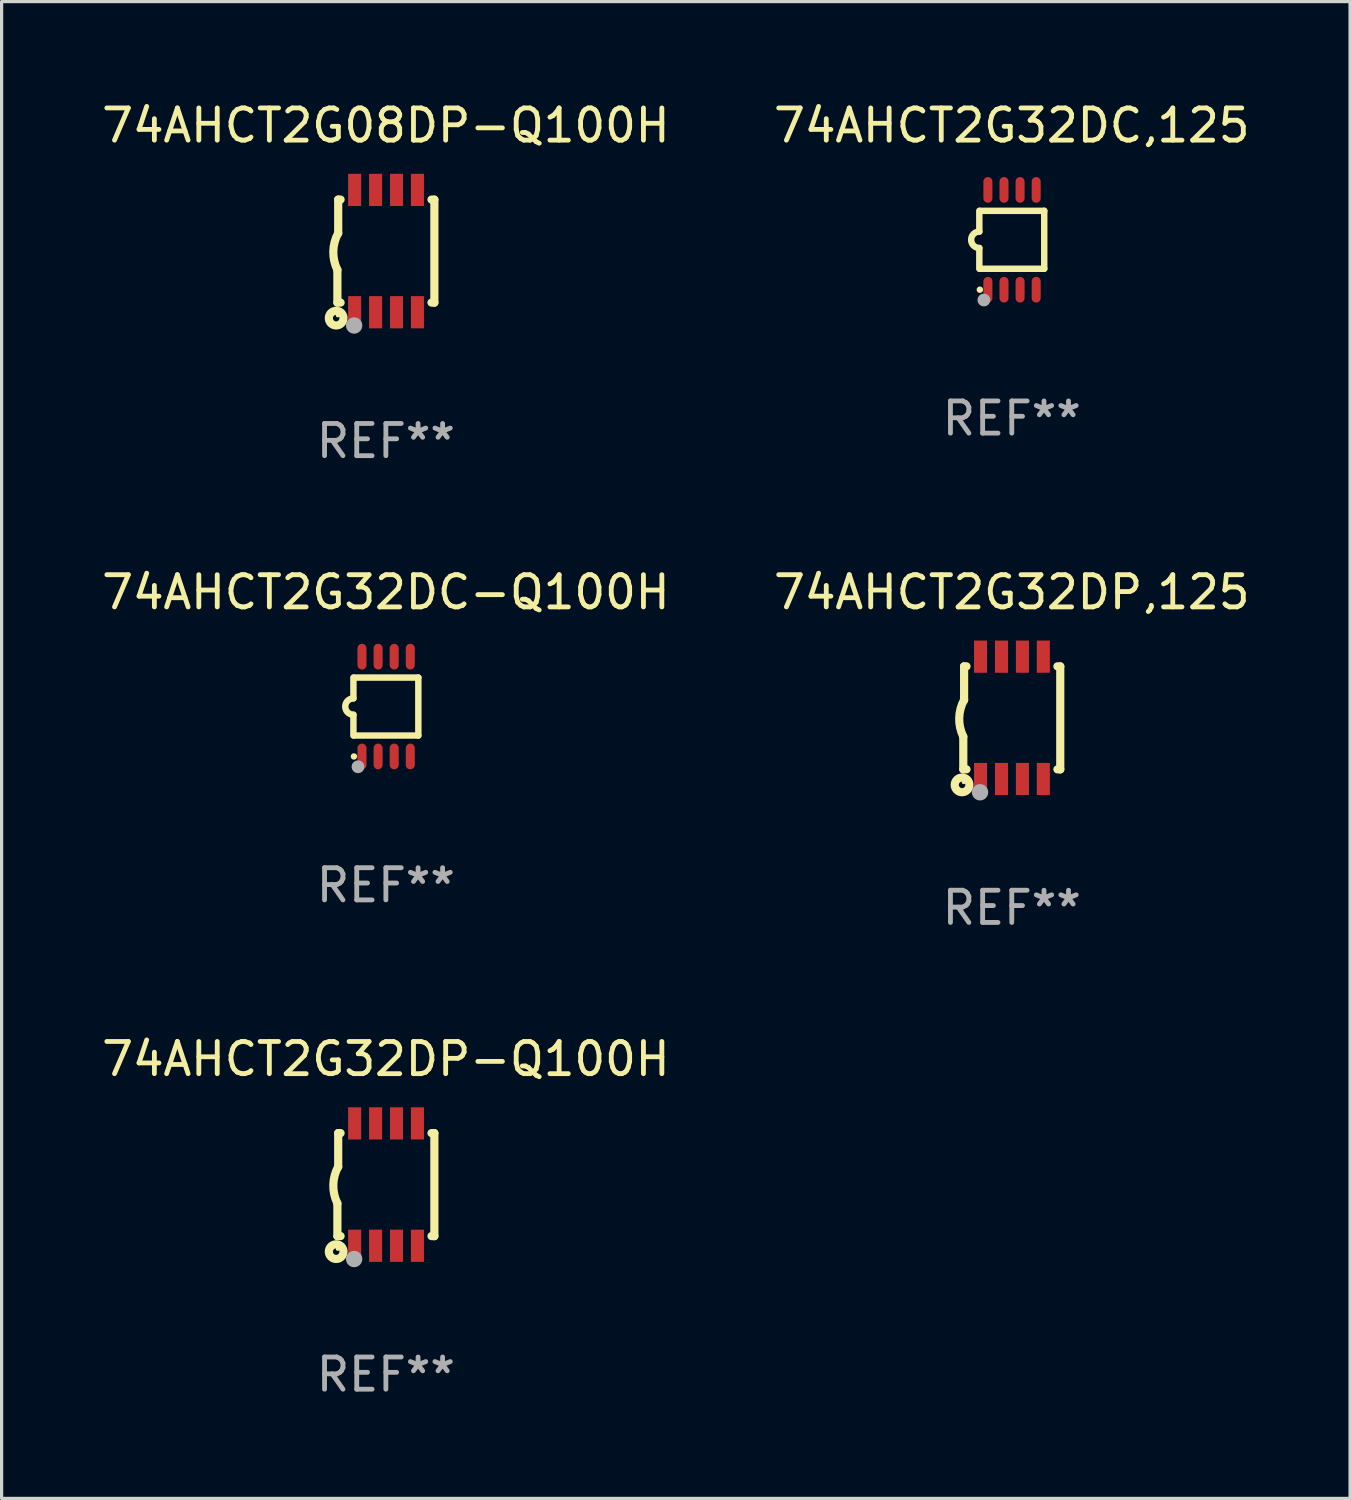
<source format=kicad_pcb>
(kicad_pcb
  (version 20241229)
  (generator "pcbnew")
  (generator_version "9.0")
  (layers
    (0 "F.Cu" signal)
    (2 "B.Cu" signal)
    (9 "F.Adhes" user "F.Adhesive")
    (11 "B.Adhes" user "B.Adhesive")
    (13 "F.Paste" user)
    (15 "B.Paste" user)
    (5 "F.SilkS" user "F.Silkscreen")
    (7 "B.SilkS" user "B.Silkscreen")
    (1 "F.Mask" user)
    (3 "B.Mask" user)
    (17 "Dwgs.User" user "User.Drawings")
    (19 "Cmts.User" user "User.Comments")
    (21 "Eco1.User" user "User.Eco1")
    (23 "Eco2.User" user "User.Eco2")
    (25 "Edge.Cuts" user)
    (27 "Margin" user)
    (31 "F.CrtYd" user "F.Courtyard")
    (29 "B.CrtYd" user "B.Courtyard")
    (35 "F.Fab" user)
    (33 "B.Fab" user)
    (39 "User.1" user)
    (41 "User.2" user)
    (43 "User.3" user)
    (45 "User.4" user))
  (footprint "74AHCT2G08DP-Q100H"
    (layer "F.Cu")
    (at 8.935 4.748)
    (property "Reference" "74AHCT2G08DP-Q100H" (at 0 -3.9 0) (layer "F.SilkS") (effects (font (size 1 1) (thickness 0.15))))
    (attr through_hole)
    (fp_line (start -1.506 1.6) (end -1.506 0.584) (stroke (width 0.254) (type solid)) (layer "F.SilkS"))
    (fp_line (start -1.506 1.6) (end -1.407 1.6) (stroke (width 0.254) (type solid)) (layer "F.SilkS"))
    (fp_line (start -1.481 -1.599) (end -1.481 -0.549) (stroke (width 0.254) (type solid)) (layer "F.SilkS"))
    (fp_line (start -1.481 -1.599) (end -1.407 -1.599) (stroke (width 0.254) (type solid)) (layer "F.SilkS"))
    (fp_line (start 1.417 -1.599) (end 1.506 -1.599) (stroke (width 0.254) (type solid)) (layer "F.SilkS"))
    (fp_line (start 1.417 1.6) (end 1.506 1.6) (stroke (width 0.254) (type solid)) (layer "F.SilkS"))
    (fp_line (start 1.506 1.603) (end 1.506 -1.595) (stroke (width 0.254) (type solid)) (layer "F.SilkS"))
    (fp_arc (start -1.506223 0.584328) (mid -1.632455 0.00974) (end -1.480823 -0.558674) (stroke (width 0.254001) (type solid)) (layer "F.SilkS"))
    (fp_circle (center -1.544 2.083) (end -1.443 2.083) (stroke (width 0.254) (type solid)) (fill no) (layer "F.SilkS"))
    (fp_circle (center -1.495 2) (end -1.465 2) (stroke (width 0.06) (type solid)) (fill no) (layer "F.SilkS"))
    (fp_circle (center -0.986 2.312) (end -0.859 2.312) (stroke (width 0.254) (type solid)) (fill no) (layer "F.Fab"))
    (fp_text user "REF**" (at 0 5.9 0) (layer "F.Fab") (effects (font (size 1 1) (thickness 0.15))))
    (pad "1" smd rect (at -0.97 1.9 90) (size 1 0.406) (layers "F.Cu" "F.Mask" "F.Paste"))
    (pad "2" smd rect (at -0.32 1.9 90) (size 1 0.406) (layers "F.Cu" "F.Mask" "F.Paste"))
    (pad "3" smd rect (at 0.33 1.9 90) (size 1 0.406) (layers "F.Cu" "F.Mask" "F.Paste"))
    (pad "4" smd rect (at 0.98 1.9 90) (size 1 0.406) (layers "F.Cu" "F.Mask" "F.Paste"))
    (pad "5" smd rect (at 0.98 -1.9 90) (size 1 0.406) (layers "F.Cu" "F.Mask" "F.Paste"))
    (pad "6" smd rect (at 0.33 -1.9 90) (size 1 0.406) (layers "F.Cu" "F.Mask" "F.Paste"))
    (pad "7" smd rect (at -0.32 -1.9 90) (size 1 0.406) (layers "F.Cu" "F.Mask" "F.Paste"))
    (pad "8" smd rect (at -0.97 -1.9 90) (size 1 0.406) (layers "F.Cu" "F.Mask" "F.Paste")))
  (footprint "74AHCT2G32DC-Q100H"
    (layer "F.Cu")
    (at 8.935 18.895)
    (property "Reference" "74AHCT2G32DC-Q100H" (at 0 -3.55 0) (layer "F.SilkS") (effects (font (size 1 1) (thickness 0.15))))
    (attr through_hole)
    (fp_line (start -1.008 -0.254) (end -1.008 -0.9) (stroke (width 0.2) (type solid)) (layer "F.SilkS"))
    (fp_line (start -1.008 0.254) (end -1.008 0.9) (stroke (width 0.2) (type solid)) (layer "F.SilkS"))
    (fp_line (start -0.992 0.9) (end 1.008 0.9) (stroke (width 0.2) (type solid)) (layer "F.SilkS"))
    (fp_line (start 1.008 -0.9) (end -0.992 -0.9) (stroke (width 0.2) (type solid)) (layer "F.SilkS"))
    (fp_line (start 1.008 0.9) (end 1.008 -0.9) (stroke (width 0.2) (type solid)) (layer "F.SilkS"))
    (fp_arc (start -1.008001 0.254001) (mid -1.262002 0) (end -1.008001 -0.254001) (stroke (width 0.2) (type solid)) (layer "F.SilkS"))
    (fp_circle (center -0.992 1.55) (end -0.942 1.55) (stroke (width 0.1) (type solid)) (fill no) (layer "F.SilkS"))
    (fp_circle (center -0.866 1.87) (end -0.766 1.87) (stroke (width 0.2) (type solid)) (fill no) (layer "F.Fab"))
    (fp_text user "REF**" (at 0 5.55 0) (layer "F.Fab") (effects (font (size 1 1) (thickness 0.15))))
    (pad "1" smd oval (at -0.742 1.55 270) (size 0.8 0.28) (layers "F.Cu" "F.Mask" "F.Paste"))
    (pad "2" smd oval (at -0.242 1.55 270) (size 0.8 0.28) (layers "F.Cu" "F.Mask" "F.Paste"))
    (pad "3" smd oval (at 0.258 1.55 270) (size 0.8 0.28) (layers "F.Cu" "F.Mask" "F.Paste"))
    (pad "4" smd oval (at 0.758 1.55 270) (size 0.8 0.28) (layers "F.Cu" "F.Mask" "F.Paste"))
    (pad "5" smd oval (at 0.758 -1.55 270) (size 0.8 0.28) (layers "F.Cu" "F.Mask" "F.Paste"))
    (pad "6" smd oval (at 0.258 -1.55 270) (size 0.8 0.28) (layers "F.Cu" "F.Mask" "F.Paste"))
    (pad "7" smd oval (at -0.242 -1.55 270) (size 0.8 0.28) (layers "F.Cu" "F.Mask" "F.Paste"))
    (pad "8" smd oval (at -0.742 -1.55 270) (size 0.8 0.28) (layers "F.Cu" "F.Mask" "F.Paste")))
  (footprint "74AHCT2G32DP,125"
    (layer "F.Cu")
    (at 28.375 19.245)
    (property "Reference" "74AHCT2G32DP,125" (at 0 -3.9 0) (layer "F.SilkS") (effects (font (size 1 1) (thickness 0.15))))
    (attr through_hole)
    (fp_line (start -1.506 1.6) (end -1.506 0.584) (stroke (width 0.254) (type solid)) (layer "F.SilkS"))
    (fp_line (start -1.506 1.6) (end -1.407 1.6) (stroke (width 0.254) (type solid)) (layer "F.SilkS"))
    (fp_line (start -1.481 -1.599) (end -1.481 -0.549) (stroke (width 0.254) (type solid)) (layer "F.SilkS"))
    (fp_line (start -1.481 -1.599) (end -1.407 -1.599) (stroke (width 0.254) (type solid)) (layer "F.SilkS"))
    (fp_line (start 1.417 -1.599) (end 1.506 -1.599) (stroke (width 0.254) (type solid)) (layer "F.SilkS"))
    (fp_line (start 1.417 1.6) (end 1.506 1.6) (stroke (width 0.254) (type solid)) (layer "F.SilkS"))
    (fp_line (start 1.506 1.603) (end 1.506 -1.595) (stroke (width 0.254) (type solid)) (layer "F.SilkS"))
    (fp_arc (start -1.506223 0.584328) (mid -1.632455 0.00974) (end -1.480823 -0.558674) (stroke (width 0.254001) (type solid)) (layer "F.SilkS"))
    (fp_circle (center -1.544 2.083) (end -1.443 2.083) (stroke (width 0.254) (type solid)) (fill no) (layer "F.SilkS"))
    (fp_circle (center -1.495 2) (end -1.465 2) (stroke (width 0.06) (type solid)) (fill no) (layer "F.SilkS"))
    (fp_circle (center -0.986 2.312) (end -0.859 2.312) (stroke (width 0.254) (type solid)) (fill no) (layer "F.Fab"))
    (fp_text user "REF**" (at 0 5.9 0) (layer "F.Fab") (effects (font (size 1 1) (thickness 0.15))))
    (pad "1" smd rect (at -0.97 1.9 90) (size 1 0.406) (layers "F.Cu" "F.Mask" "F.Paste"))
    (pad "2" smd rect (at -0.32 1.9 90) (size 1 0.406) (layers "F.Cu" "F.Mask" "F.Paste"))
    (pad "3" smd rect (at 0.33 1.9 90) (size 1 0.406) (layers "F.Cu" "F.Mask" "F.Paste"))
    (pad "4" smd rect (at 0.98 1.9 90) (size 1 0.406) (layers "F.Cu" "F.Mask" "F.Paste"))
    (pad "5" smd rect (at 0.98 -1.9 90) (size 1 0.406) (layers "F.Cu" "F.Mask" "F.Paste"))
    (pad "6" smd rect (at 0.33 -1.9 90) (size 1 0.406) (layers "F.Cu" "F.Mask" "F.Paste"))
    (pad "7" smd rect (at -0.32 -1.9 90) (size 1 0.406) (layers "F.Cu" "F.Mask" "F.Paste"))
    (pad "8" smd rect (at -0.97 -1.9 90) (size 1 0.406) (layers "F.Cu" "F.Mask" "F.Paste")))
  (footprint "74AHCT2G32DC,125"
    (layer "F.Cu")
    (at 28.375 4.398)
    (property "Reference" "74AHCT2G32DC,125" (at 0 -3.55 0) (layer "F.SilkS") (effects (font (size 1 1) (thickness 0.15))))
    (attr through_hole)
    (fp_line (start -1.008 -0.254) (end -1.008 -0.9) (stroke (width 0.2) (type solid)) (layer "F.SilkS"))
    (fp_line (start -1.008 0.254) (end -1.008 0.9) (stroke (width 0.2) (type solid)) (layer "F.SilkS"))
    (fp_line (start -0.992 0.9) (end 1.008 0.9) (stroke (width 0.2) (type solid)) (layer "F.SilkS"))
    (fp_line (start 1.008 -0.9) (end -0.992 -0.9) (stroke (width 0.2) (type solid)) (layer "F.SilkS"))
    (fp_line (start 1.008 0.9) (end 1.008 -0.9) (stroke (width 0.2) (type solid)) (layer "F.SilkS"))
    (fp_arc (start -1.008001 0.254001) (mid -1.262002 0) (end -1.008001 -0.254001) (stroke (width 0.2) (type solid)) (layer "F.SilkS"))
    (fp_circle (center -0.992 1.55) (end -0.942 1.55) (stroke (width 0.1) (type solid)) (fill no) (layer "F.SilkS"))
    (fp_circle (center -0.866 1.87) (end -0.766 1.87) (stroke (width 0.2) (type solid)) (fill no) (layer "F.Fab"))
    (fp_text user "REF**" (at 0 5.55 0) (layer "F.Fab") (effects (font (size 1 1) (thickness 0.15))))
    (pad "1" smd oval (at -0.742 1.55 270) (size 0.8 0.28) (layers "F.Cu" "F.Mask" "F.Paste"))
    (pad "2" smd oval (at -0.242 1.55 270) (size 0.8 0.28) (layers "F.Cu" "F.Mask" "F.Paste"))
    (pad "3" smd oval (at 0.258 1.55 270) (size 0.8 0.28) (layers "F.Cu" "F.Mask" "F.Paste"))
    (pad "4" smd oval (at 0.758 1.55 270) (size 0.8 0.28) (layers "F.Cu" "F.Mask" "F.Paste"))
    (pad "5" smd oval (at 0.758 -1.55 270) (size 0.8 0.28) (layers "F.Cu" "F.Mask" "F.Paste"))
    (pad "6" smd oval (at 0.258 -1.55 270) (size 0.8 0.28) (layers "F.Cu" "F.Mask" "F.Paste"))
    (pad "7" smd oval (at -0.242 -1.55 270) (size 0.8 0.28) (layers "F.Cu" "F.Mask" "F.Paste"))
    (pad "8" smd oval (at -0.742 -1.55 270) (size 0.8 0.28) (layers "F.Cu" "F.Mask" "F.Paste")))
  (footprint "74AHCT2G32DP-Q100H"
    (layer "F.Cu")
    (at 8.935 33.742)
    (property "Reference" "74AHCT2G32DP-Q100H" (at 0 -3.9 0) (layer "F.SilkS") (effects (font (size 1 1) (thickness 0.15))))
    (attr through_hole)
    (fp_line (start -1.506 1.6) (end -1.506 0.584) (stroke (width 0.254) (type solid)) (layer "F.SilkS"))
    (fp_line (start -1.506 1.6) (end -1.407 1.6) (stroke (width 0.254) (type solid)) (layer "F.SilkS"))
    (fp_line (start -1.481 -1.599) (end -1.481 -0.549) (stroke (width 0.254) (type solid)) (layer "F.SilkS"))
    (fp_line (start -1.481 -1.599) (end -1.407 -1.599) (stroke (width 0.254) (type solid)) (layer "F.SilkS"))
    (fp_line (start 1.417 -1.599) (end 1.506 -1.599) (stroke (width 0.254) (type solid)) (layer "F.SilkS"))
    (fp_line (start 1.417 1.6) (end 1.506 1.6) (stroke (width 0.254) (type solid)) (layer "F.SilkS"))
    (fp_line (start 1.506 1.603) (end 1.506 -1.595) (stroke (width 0.254) (type solid)) (layer "F.SilkS"))
    (fp_arc (start -1.506223 0.584328) (mid -1.632455 0.00974) (end -1.480823 -0.558674) (stroke (width 0.254001) (type solid)) (layer "F.SilkS"))
    (fp_circle (center -1.544 2.083) (end -1.443 2.083) (stroke (width 0.254) (type solid)) (fill no) (layer "F.SilkS"))
    (fp_circle (center -1.495 2) (end -1.465 2) (stroke (width 0.06) (type solid)) (fill no) (layer "F.SilkS"))
    (fp_circle (center -0.986 2.312) (end -0.859 2.312) (stroke (width 0.254) (type solid)) (fill no) (layer "F.Fab"))
    (fp_text user "REF**" (at 0 5.9 0) (layer "F.Fab") (effects (font (size 1 1) (thickness 0.15))))
    (pad "1" smd rect (at -0.97 1.9 90) (size 1 0.406) (layers "F.Cu" "F.Mask" "F.Paste"))
    (pad "2" smd rect (at -0.32 1.9 90) (size 1 0.406) (layers "F.Cu" "F.Mask" "F.Paste"))
    (pad "3" smd rect (at 0.33 1.9 90) (size 1 0.406) (layers "F.Cu" "F.Mask" "F.Paste"))
    (pad "4" smd rect (at 0.98 1.9 90) (size 1 0.406) (layers "F.Cu" "F.Mask" "F.Paste"))
    (pad "5" smd rect (at 0.98 -1.9 90) (size 1 0.406) (layers "F.Cu" "F.Mask" "F.Paste"))
    (pad "6" smd rect (at 0.33 -1.9 90) (size 1 0.406) (layers "F.Cu" "F.Mask" "F.Paste"))
    (pad "7" smd rect (at -0.32 -1.9 90) (size 1 0.406) (layers "F.Cu" "F.Mask" "F.Paste"))
    (pad "8" smd rect (at -0.97 -1.9 90) (size 1 0.406) (layers "F.Cu" "F.Mask" "F.Paste")))
  (gr_rect
    (start -3 -3)
    (end 38.881 43.49)
    (stroke (width 0.1) (type default))
    (fill no)
    (layer "Edge.Cuts")))
</source>
